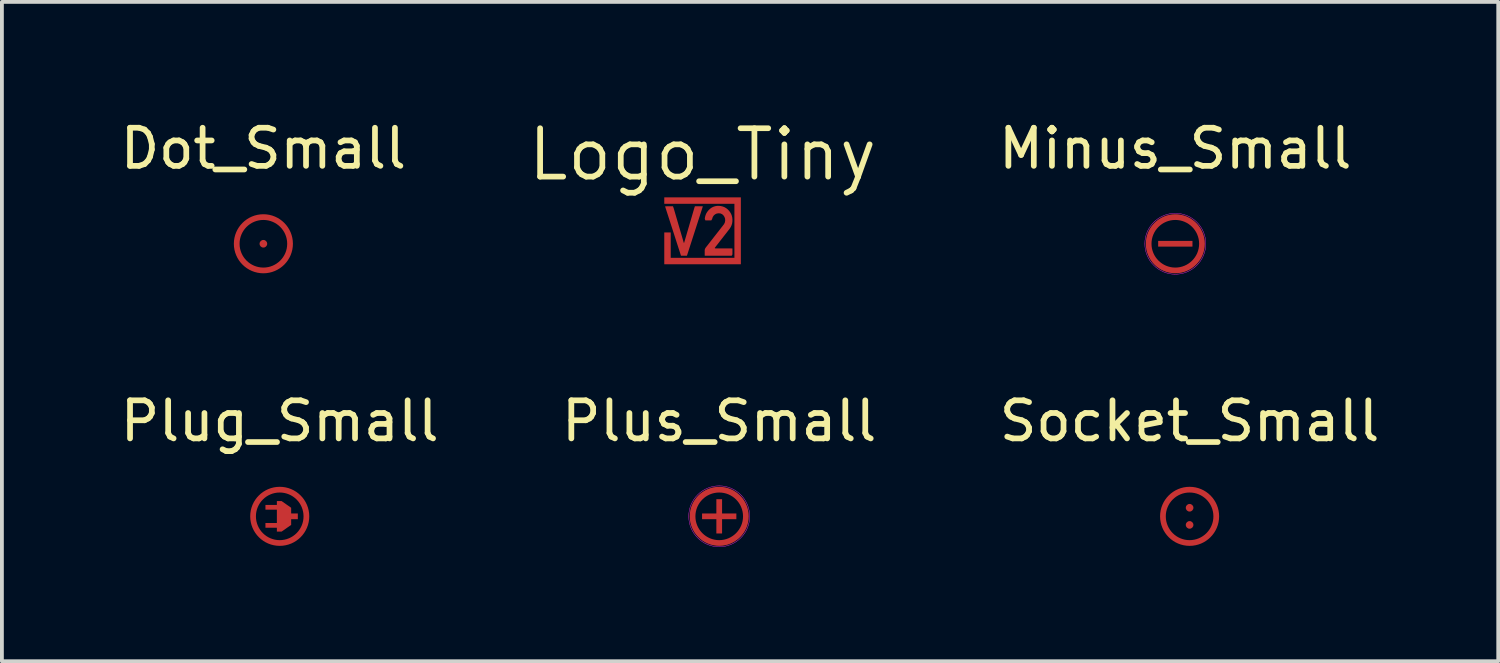
<source format=kicad_pcb>
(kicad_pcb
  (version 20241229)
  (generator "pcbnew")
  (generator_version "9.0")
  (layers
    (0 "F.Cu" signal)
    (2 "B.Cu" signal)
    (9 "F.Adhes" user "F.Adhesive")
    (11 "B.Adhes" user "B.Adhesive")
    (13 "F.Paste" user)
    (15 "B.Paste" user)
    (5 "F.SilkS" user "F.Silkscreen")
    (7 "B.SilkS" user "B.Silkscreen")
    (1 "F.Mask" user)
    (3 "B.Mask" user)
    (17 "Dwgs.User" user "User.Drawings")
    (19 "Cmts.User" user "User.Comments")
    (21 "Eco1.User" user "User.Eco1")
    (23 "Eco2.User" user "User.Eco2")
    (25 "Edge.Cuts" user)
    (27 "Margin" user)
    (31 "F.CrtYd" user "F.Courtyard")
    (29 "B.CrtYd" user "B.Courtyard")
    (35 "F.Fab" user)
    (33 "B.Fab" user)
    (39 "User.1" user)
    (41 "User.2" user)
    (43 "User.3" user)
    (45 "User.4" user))
  (footprint "Minus_Small"
    (layer "F.Cu")
    (at 27.798 3.348)
    (property "Reference" "Minus_Small" (at 0 -2.5 0) (unlocked yes) (layer "F.SilkS") (effects (font (size 1 1) (thickness 0.15))))
    (attr exclude_from_pos_files exclude_from_bom)
    (fp_circle (center 0 0) (end 0.7 0) (stroke (width 0.15) (type solid)) (fill no) (layer "F.Cu"))
    (fp_poly (pts (xy 0.45 0.075) (xy -0.45 0.075) (xy -0.45 -0.075) (xy 0.45 -0.075)) (stroke (width 0) (type solid)) (fill yes) (layer "F.Cu"))
    (fp_circle (center 0 0) (end 0.7 0) (stroke (width 0.15) (type solid)) (fill no) (layer "F.Mask"))
    (fp_poly (pts (xy 0.45 0.075) (xy -0.45 0.075) (xy -0.45 -0.075) (xy 0.45 -0.075)) (stroke (width 0) (type solid)) (fill yes) (layer "F.Mask"))
    (fp_circle (center 0 0) (end 0.8 0) (stroke (width 0.01) (type solid)) (fill no) (layer "F.CrtYd")))
  (footprint "Plus_Small"
    (layer "F.Cu")
    (at 15.827 10.502)
    (property "Reference" "Plus_Small" (at 0 -2.5 0) (unlocked yes) (layer "F.SilkS") (effects (font (size 1 1) (thickness 0.15))))
    (attr exclude_from_pos_files exclude_from_bom)
    (fp_circle (center 0 0) (end 0.7 0) (stroke (width 0.15) (type solid)) (fill no) (layer "F.Cu"))
    (fp_poly (pts (xy 0.075 -0.075) (xy 0.45 -0.075) (xy 0.45 0.075) (xy 0.075 0.075) (xy 0.075 0.45) (xy -0.075 0.45) (xy -0.075 0.075) (xy -0.45 0.075) (xy -0.45 -0.075) (xy -0.075 -0.075) (xy -0.075 -0.45) (xy 0.075 -0.45)) (stroke (width 0) (type solid)) (fill yes) (layer "F.Cu"))
    (fp_circle (center 0 0) (end 0.7 0) (stroke (width 0.15) (type solid)) (fill no) (layer "F.Mask"))
    (fp_poly (pts (xy 0.075 -0.075) (xy 0.45 -0.075) (xy 0.45 0.075) (xy 0.075 0.075) (xy 0.075 0.45) (xy -0.075 0.45) (xy -0.075 0.075) (xy -0.45 0.075) (xy -0.45 -0.075) (xy -0.075 -0.075) (xy -0.075 -0.45) (xy 0.075 -0.45)) (stroke (width 0) (type solid)) (fill yes) (layer "F.Mask"))
    (fp_circle (center 0 0) (end 0.8 0) (stroke (width 0.01) (type solid)) (fill no) (layer "F.CrtYd")))
  (footprint "Dot_Small"
    (layer "F.Cu")
    (at 3.863 3.348)
    (property "Reference" "Dot_Small" (at 0 -2.5 0) (unlocked yes) (layer "F.SilkS") (effects (font (size 1 1) (thickness 0.15))))
    (attr exclude_from_pos_files exclude_from_bom allow_missing_courtyard)
    (fp_circle (center 0 0) (end 0.1 0) (stroke (width 0) (type solid)) (fill yes) (layer "F.Cu"))
    (fp_circle (center 0 0) (end 0.7 0) (stroke (width 0.15) (type solid)) (fill no) (layer "F.Cu"))
    (fp_circle (center 0 0) (end 0.1 0) (stroke (width 0) (type solid)) (fill yes) (layer "F.Mask"))
    (fp_circle (center 0 0) (end 0.7 0) (stroke (width 0.15) (type solid)) (fill no) (layer "F.Mask")))
  (footprint "Socket_Small"
    (layer "F.Cu")
    (at 28.173 10.502)
    (property "Reference" "Socket_Small" (at 0 -2.5 0) (unlocked yes) (layer "F.SilkS") (effects (font (size 1 1) (thickness 0.15))))
    (attr exclude_from_pos_files exclude_from_bom allow_missing_courtyard)
    (fp_circle (center 0 -0.225) (end 0.1 -0.225) (stroke (width 0) (type solid)) (fill yes) (layer "F.Cu"))
    (fp_circle (center 0 0) (end 0.7 0) (stroke (width 0.15) (type solid)) (fill no) (layer "F.Cu"))
    (fp_circle (center 0 0.225) (end 0.1 0.225) (stroke (width 0) (type solid)) (fill yes) (layer "F.Cu"))
    (fp_circle (center 0 -0.225) (end 0.1 -0.225) (stroke (width 0) (type solid)) (fill yes) (layer "F.Mask"))
    (fp_circle (center 0 0) (end 0.7 0) (stroke (width 0.15) (type solid)) (fill no) (layer "F.Mask"))
    (fp_circle (center 0 0.225) (end 0.1 0.225) (stroke (width 0) (type solid)) (fill yes) (layer "F.Mask")))
  (footprint "Plug_Small"
    (layer "F.Cu")
    (at 4.292 10.502)
    (property "Reference" "Plug_Small" (at 0 -2.5 0) (unlocked yes) (layer "F.SilkS") (effects (font (size 1 1) (thickness 0.15))))
    (attr exclude_from_pos_files exclude_from_bom allow_missing_courtyard)
    (fp_circle (center 0 0) (end 0.7 0) (stroke (width 0.15) (type solid)) (fill no) (layer "F.Cu"))
    (fp_poly (pts (xy -0.375 -0.3) (xy -0.075 -0.3) (xy -0.075 -0.4) (xy 0.05 -0.4) (xy 0.3 -0.225) (xy 0.3 -0.075) (xy 0.475 -0.075) (xy 0.475 0.075) (xy 0.3 0.075) (xy 0.3 0.225) (xy 0.05 0.4) (xy -0.075 0.4) (xy -0.075 0.3) (xy -0.375 0.3) (xy -0.375 0.175) (xy -0.075 0.175) (xy -0.075 -0.175) (xy -0.375 -0.175)) (stroke (width 0) (type solid)) (fill yes) (layer "F.Cu"))
    (fp_circle (center 0 0) (end 0.7 0) (stroke (width 0.15) (type solid)) (fill no) (layer "F.Mask"))
    (fp_poly (pts (xy -0.375 -0.3) (xy -0.075 -0.3) (xy -0.075 -0.4) (xy 0.05 -0.4) (xy 0.3 -0.225) (xy 0.3 -0.075) (xy 0.475 -0.075) (xy 0.475 0.075) (xy 0.3 0.075) (xy 0.3 0.225) (xy 0.05 0.4) (xy -0.075 0.4) (xy -0.075 0.3) (xy -0.375 0.3) (xy -0.375 0.175) (xy -0.075 0.175) (xy -0.075 -0.175) (xy -0.375 -0.175)) (stroke (width 0) (type solid)) (fill yes) (layer "F.Mask")))
  (footprint "Logo_Tiny"
    (layer "F.Cu")
    (at 15.39 3.006)
    (property "Reference" "Logo_Tiny" (at 0 -2 0) (layer "F.SilkS") (effects (font (size 1.27 1.27) (thickness 0.15))))
    (attr exclude_from_pos_files exclude_from_bom allow_missing_courtyard)
    (fp_poly (pts (xy 1.005 0.88) (xy -1.005 0.88) (xy -1.005 0.045) (xy -0.836 0.045) (xy -0.836 0.711) (xy 0.836 0.711) (xy 0.836 -0.707) (xy -1.005 -0.707) (xy -1.005 -0.876) (xy 1.005 -0.876)) (stroke (width 0) (type solid)) (fill yes) (layer "F.Cu"))
    (fp_poly (pts (xy -0.759 -0.594) (xy -0.493 0.316) (xy -0.484 0.317) (xy -0.218 -0.592) (xy -0.201 -0.642) (xy -0.048 -0.642) (xy 0.008 -0.641) (xy -0.41 0.655) (xy -0.462 0.657) (xy -0.566 0.657) (xy -0.984 -0.639) (xy -0.93 -0.642) (xy -0.777 -0.642)) (stroke (width 0) (type solid)) (fill yes) (layer "F.Cu"))
    (fp_poly (pts (xy 0.479 -0.648) (xy 0.529 -0.636) (xy 0.576 -0.618) (xy 0.62 -0.592) (xy 0.659 -0.561) (xy 0.694 -0.525) (xy 0.725 -0.484) (xy 0.75 -0.44) (xy 0.768 -0.393) (xy 0.779 -0.344) (xy 0.784 -0.293) (xy 0.783 -0.243) (xy 0.776 -0.193) (xy 0.761 -0.144) (xy 0.74 -0.098) (xy 0.713 -0.055) (xy 0.317 0.453) (xy 0.333 0.463) (xy 0.732 0.463) (xy 0.784 0.466) (xy 0.784 0.622) (xy 0.764 0.657) (xy 0.056 0.657) (xy 0.056 0.501) (xy 0.073 0.455) (xy 0.535 -0.136) (xy 0.565 -0.176) (xy 0.586 -0.22) (xy 0.594 -0.268) (xy 0.591 -0.316) (xy 0.575 -0.362) (xy 0.548 -0.403) (xy 0.513 -0.435) (xy 0.468 -0.454) (xy 0.42 -0.458) (xy 0.372 -0.451) (xy 0.328 -0.43) (xy 0.292 -0.398) (xy 0.266 -0.357) (xy 0.251 -0.309) (xy 0.23 -0.272) (xy 0.074 -0.272) (xy 0.058 -0.311) (xy 0.065 -0.362) (xy 0.079 -0.41) (xy 0.099 -0.457) (xy 0.126 -0.5) (xy 0.158 -0.539) (xy 0.194 -0.574) (xy 0.235 -0.604) (xy 0.28 -0.627) (xy 0.328 -0.643) (xy 0.378 -0.652) (xy 0.429 -0.653)) (stroke (width 0) (type solid)) (fill yes) (layer "F.Cu"))
    (fp_poly (pts (xy 1.005 0.88) (xy -1.005 0.88) (xy -1.005 0.045) (xy -0.836 0.045) (xy -0.836 0.711) (xy 0.836 0.711) (xy 0.836 -0.707) (xy -1.005 -0.707) (xy -1.005 -0.876) (xy 1.005 -0.876)) (stroke (width 0) (type solid)) (fill yes) (layer "F.Mask"))
    (fp_poly (pts (xy -0.759 -0.594) (xy -0.493 0.316) (xy -0.484 0.317) (xy -0.218 -0.592) (xy -0.201 -0.642) (xy -0.048 -0.642) (xy 0.008 -0.641) (xy -0.41 0.655) (xy -0.462 0.657) (xy -0.566 0.657) (xy -0.984 -0.639) (xy -0.93 -0.642) (xy -0.777 -0.642)) (stroke (width 0) (type solid)) (fill yes) (layer "F.Mask"))
    (fp_poly (pts (xy 0.479 -0.648) (xy 0.529 -0.636) (xy 0.576 -0.618) (xy 0.62 -0.592) (xy 0.659 -0.561) (xy 0.694 -0.525) (xy 0.725 -0.484) (xy 0.75 -0.44) (xy 0.768 -0.393) (xy 0.779 -0.344) (xy 0.784 -0.293) (xy 0.783 -0.243) (xy 0.776 -0.193) (xy 0.761 -0.144) (xy 0.74 -0.098) (xy 0.713 -0.055) (xy 0.317 0.453) (xy 0.333 0.463) (xy 0.732 0.463) (xy 0.784 0.466) (xy 0.784 0.622) (xy 0.764 0.657) (xy 0.056 0.657) (xy 0.056 0.501) (xy 0.073 0.455) (xy 0.535 -0.136) (xy 0.565 -0.176) (xy 0.586 -0.22) (xy 0.594 -0.268) (xy 0.591 -0.316) (xy 0.575 -0.362) (xy 0.548 -0.403) (xy 0.513 -0.435) (xy 0.468 -0.454) (xy 0.42 -0.458) (xy 0.372 -0.451) (xy 0.328 -0.43) (xy 0.292 -0.398) (xy 0.266 -0.357) (xy 0.251 -0.309) (xy 0.23 -0.272) (xy 0.074 -0.272) (xy 0.058 -0.311) (xy 0.065 -0.362) (xy 0.079 -0.41) (xy 0.099 -0.457) (xy 0.126 -0.5) (xy 0.158 -0.539) (xy 0.194 -0.574) (xy 0.235 -0.604) (xy 0.28 -0.627) (xy 0.328 -0.643) (xy 0.378 -0.652) (xy 0.429 -0.653)) (stroke (width 0) (type solid)) (fill yes) (layer "F.Mask"))
    (zone (net_name "") (layer "F.Cu") (hatch edge 0.508) (connect_pads) (min_thickness 0.254) (filled_areas_thickness no) (keepout (tracks not_allowed) (vias not_allowed) (pads not_allowed) (copperpour not_allowed) (footprints allowed)) (placement (enabled no)) (fill) (polygon (pts (xy 14.24 4.056) (xy 16.54 4.056) (xy 16.54 1.956) (xy 14.24 1.956) (xy 14.24 2.324) (xy 14.44 2.906) (xy 14.24 2.906)))))
  (gr_rect
    (start -3 -3)
    (end 36.274 14.306)
    (stroke (width 0.1) (type default))
    (fill no)
    (layer "Edge.Cuts")))
</source>
